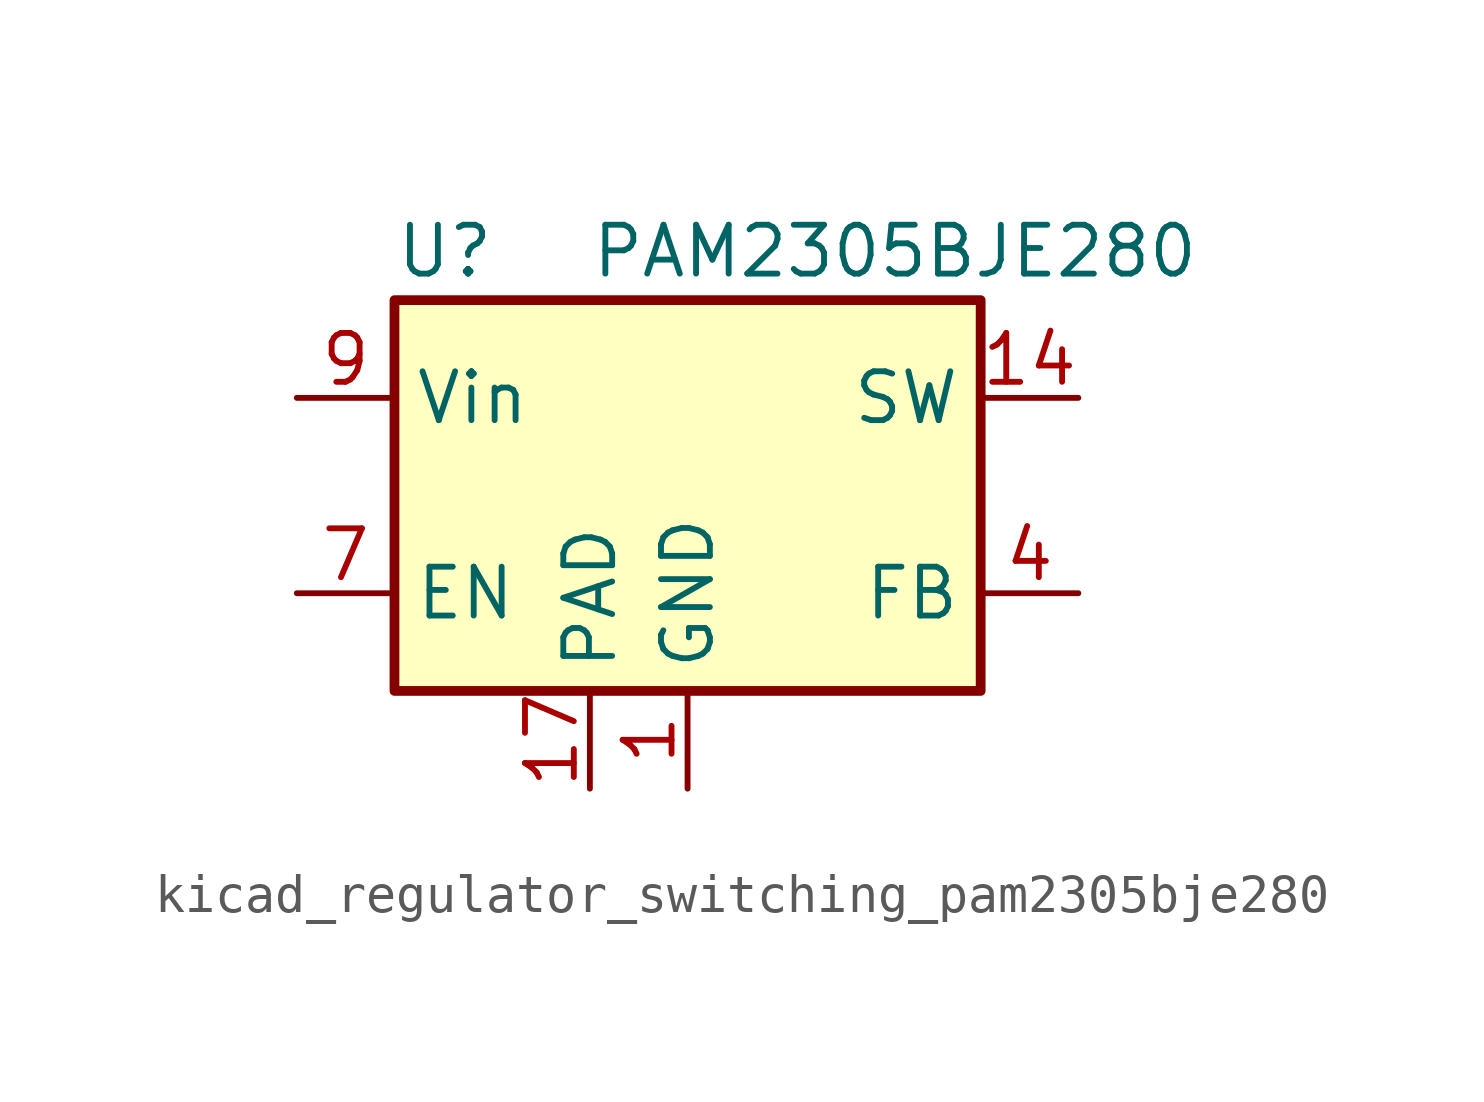
<source format=kicad_sym>
(kicad_symbol_lib
  (version 20220914)
  (generator kicad_symbol_editor)
  (symbol "kicad_regulator_switching_pam2305bje280"
    (property "Reference" "U"
      (at -7.62 6.35 0)
      (effects (font (size 1.27 1.27)) (justify left)))
    (property "Value" "PAM2305BJE280"
      (at -2.54 6.35 0)
      (effects (font (size 1.27 1.27)) (justify left)))
    (symbol "kicad_regulator_switching_pam2305bje280_0_1"
      (rectangle (start -7.62 5.08) (end 7.62 -5.08) (stroke (width 0.254) (type default)) (fill (type background))))
    (symbol "kicad_regulator_switching_pam2305bje280_1_1"
      (pin power_in line (at 0 -7.62 90) (length 2.54) (name "GND" (effects (font (size 1.27 1.27)))) (number "1" (effects (font (size 1.27 1.27)))))
      (pin passive line (at -10.16 2.54 0) (length 2.54) hide (name "Vin" (effects (font (size 1.27 1.27)))) (number "10" (effects (font (size 1.27 1.27)))))
      (pin passive line (at -10.16 2.54 0) (length 2.54) hide (name "Vin" (effects (font (size 1.27 1.27)))) (number "11" (effects (font (size 1.27 1.27)))))
      (pin passive line (at -10.16 2.54 0) (length 2.54) hide (name "Vin" (effects (font (size 1.27 1.27)))) (number "12" (effects (font (size 1.27 1.27)))))
      (pin passive line (at 10.16 2.54 180) (length 2.54) hide (name "SW" (effects (font (size 1.27 1.27)))) (number "13" (effects (font (size 1.27 1.27)))))
      (pin output line (at 10.16 2.54 180) (length 2.54) (name "SW" (effects (font (size 1.27 1.27)))) (number "14" (effects (font (size 1.27 1.27)))))
      (pin passive line (at 10.16 2.54 180) (length 2.54) hide (name "SW" (effects (font (size 1.27 1.27)))) (number "15" (effects (font (size 1.27 1.27)))))
      (pin no_connect line (at 2.54 -5.08 90) (length 2.54) hide (name "NC" (effects (font (size 1.27 1.27)))) (number "16" (effects (font (size 1.27 1.27)))))
      (pin passive line (at -2.54 -7.62 90) (length 2.54) (name "PAD" (effects (font (size 1.27 1.27)))) (number "17" (effects (font (size 1.27 1.27)))))
      (pin passive line (at 0 -7.62 90) (length 2.54) hide (name "GND" (effects (font (size 1.27 1.27)))) (number "2" (effects (font (size 1.27 1.27)))))
      (pin passive line (at 0 -7.62 90) (length 2.54) hide (name "GND" (effects (font (size 1.27 1.27)))) (number "3" (effects (font (size 1.27 1.27)))))
      (pin input line (at 10.16 -2.54 180) (length 2.54) (name "FB" (effects (font (size 1.27 1.27)))) (number "4" (effects (font (size 1.27 1.27)))))
      (pin passive line (at 0 -7.62 90) (length 2.54) hide (name "GND" (effects (font (size 1.27 1.27)))) (number "5" (effects (font (size 1.27 1.27)))))
      (pin no_connect line (at -7.62 0 0) (length 2.54) hide (name "NC" (effects (font (size 1.27 1.27)))) (number "6" (effects (font (size 1.27 1.27)))))
      (pin input line (at -10.16 -2.54 0) (length 2.54) (name "EN" (effects (font (size 1.27 1.27)))) (number "7" (effects (font (size 1.27 1.27)))))
      (pin no_connect line (at 7.62 0 180) (length 2.54) hide (name "NC" (effects (font (size 1.27 1.27)))) (number "8" (effects (font (size 1.27 1.27)))))
      (pin power_in line (at -10.16 2.54 0) (length 2.54) (name "Vin" (effects (font (size 1.27 1.27)))) (number "9" (effects (font (size 1.27 1.27))))))))
</source>
